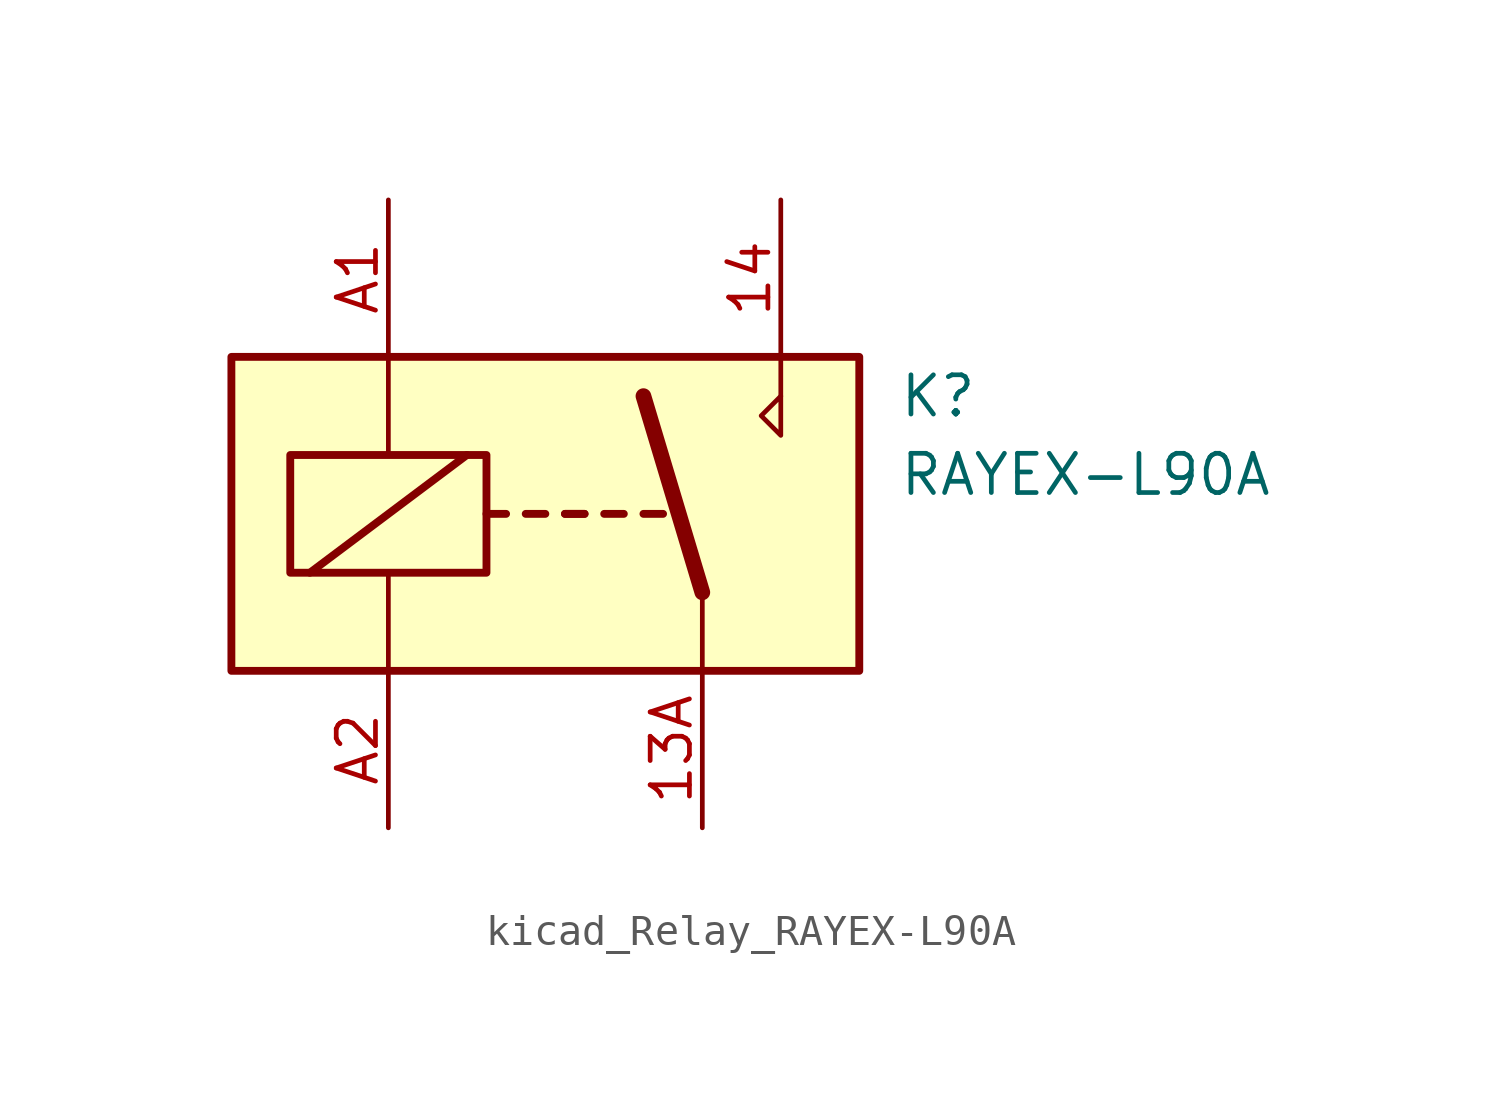
<source format=kicad_sym>
(kicad_symbol_lib
  (version 20220914)
  (generator kicad_symbol_editor)
  (symbol "kicad_Relay_RAYEX-L90A"
    (property "Reference" "K"
      (at 11.43 3.81 0)
      (effects (font (size 1.27 1.27)) (justify left)))
    (property "Value" "RAYEX-L90A"
      (at 11.43 1.27 0)
      (effects (font (size 1.27 1.27)) (justify left)))
    (symbol "kicad_Relay_RAYEX-L90A_1_0"
      (polyline (pts (xy 7.62 3.81) (xy 7.62 5.08)) (stroke (width 0) (type default)) (fill (type none)))
      (polyline (pts (xy 7.62 3.81) (xy 7.62 2.54) (xy 6.985 3.175) (xy 7.62 3.81)) (stroke (width 0) (type default)) (fill (type none))))
    (symbol "kicad_Relay_RAYEX-L90A_1_1"
      (rectangle (start -10.16 5.08) (end 10.16 -5.08) (stroke (width 0.254) (type default)) (fill (type background)))
      (rectangle (start -8.255 1.905) (end -1.905 -1.905) (stroke (width 0.254) (type default)) (fill (type none)))
      (polyline (pts (xy -7.62 -1.905) (xy -2.54 1.905)) (stroke (width 0.254) (type default)) (fill (type none)))
      (polyline (pts (xy -5.08 -5.08) (xy -5.08 -1.905)) (stroke (width 0) (type default)) (fill (type none)))
      (polyline (pts (xy -5.08 5.08) (xy -5.08 1.905)) (stroke (width 0) (type default)) (fill (type none)))
      (polyline (pts (xy -1.905 0) (xy -1.27 0)) (stroke (width 0.254) (type default)) (fill (type none)))
      (polyline (pts (xy -0.635 0) (xy 0 0)) (stroke (width 0.254) (type default)) (fill (type none)))
      (polyline (pts (xy 0.635 0) (xy 1.27 0)) (stroke (width 0.254) (type default)) (fill (type none)))
      (polyline (pts (xy 0.635 0) (xy 1.27 0)) (stroke (width 0.254) (type default)) (fill (type none)))
      (polyline (pts (xy 1.905 0) (xy 2.54 0)) (stroke (width 0.254) (type default)) (fill (type none)))
      (polyline (pts (xy 3.175 0) (xy 3.81 0)) (stroke (width 0.254) (type default)) (fill (type none)))
      (polyline (pts (xy 5.08 -2.54) (xy 3.175 3.81)) (stroke (width 0.508) (type default)) (fill (type none)))
      (polyline (pts (xy 5.08 -2.54) (xy 5.08 -5.08)) (stroke (width 0) (type default)) (fill (type none)))
      (pin passive line (at 5.08 -10.16 90) (length 5.08) (name "~" (effects (font (size 1.27 1.27)))) (number "13A" (effects (font (size 1.27 1.27)))))
      (pin passive line (at 5.08 -10.16 90) (length 5.08) hide (name "~" (effects (font (size 1.27 1.27)))) (number "13B" (effects (font (size 1.27 1.27)))))
      (pin passive line (at 7.62 10.16 270) (length 5.08) (name "~" (effects (font (size 1.27 1.27)))) (number "14" (effects (font (size 1.27 1.27)))))
      (pin passive line (at -5.08 10.16 270) (length 5.08) (name "~" (effects (font (size 1.27 1.27)))) (number "A1" (effects (font (size 1.27 1.27)))))
      (pin passive line (at -5.08 -10.16 90) (length 5.08) (name "~" (effects (font (size 1.27 1.27)))) (number "A2" (effects (font (size 1.27 1.27))))))))
</source>
